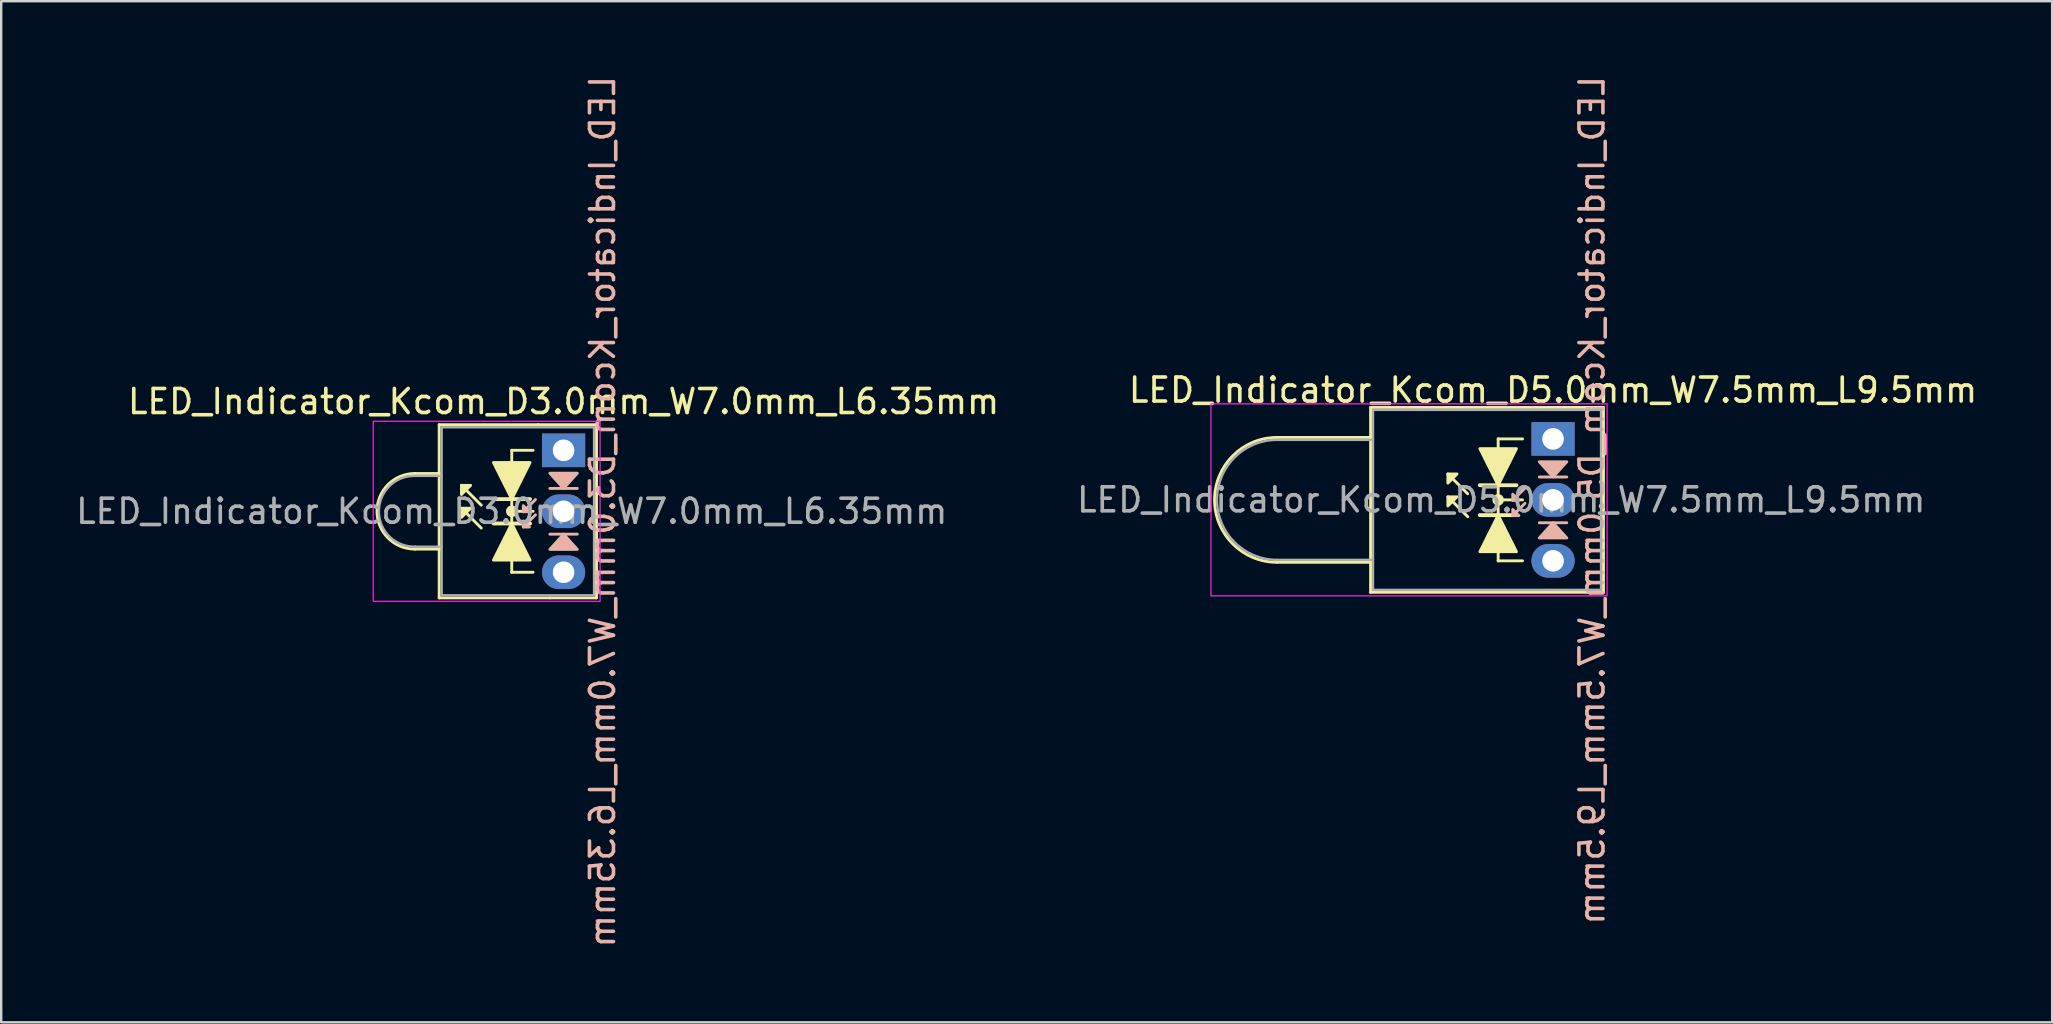
<source format=kicad_pcb>
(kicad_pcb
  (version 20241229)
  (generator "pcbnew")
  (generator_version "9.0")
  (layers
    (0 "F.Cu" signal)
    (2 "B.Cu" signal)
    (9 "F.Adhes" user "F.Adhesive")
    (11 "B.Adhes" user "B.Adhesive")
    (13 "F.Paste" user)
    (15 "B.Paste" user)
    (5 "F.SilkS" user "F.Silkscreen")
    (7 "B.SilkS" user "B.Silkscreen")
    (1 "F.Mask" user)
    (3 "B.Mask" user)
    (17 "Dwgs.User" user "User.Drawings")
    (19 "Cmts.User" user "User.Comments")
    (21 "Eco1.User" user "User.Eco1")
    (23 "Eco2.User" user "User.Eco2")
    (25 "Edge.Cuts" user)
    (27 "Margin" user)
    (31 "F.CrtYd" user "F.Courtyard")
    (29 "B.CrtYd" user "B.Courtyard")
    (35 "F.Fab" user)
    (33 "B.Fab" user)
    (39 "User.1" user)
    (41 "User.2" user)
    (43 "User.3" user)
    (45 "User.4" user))
  (footprint "LED_Indicator_Kcom_D3.0mm_W7.0mm_L6.35mm"
    (layer "F.Cu")
    (at 20.427 15.709)
    (property "Reference" "LED_Indicator_Kcom_D3.0mm_W7.0mm_L6.35mm" (at 0 -2.032 0) (layer "F.SilkS") (effects (font (size 1 1) (thickness 0.15))))
    (fp_line (start -5.182 -1.067) (end -5.182 0.965) (stroke (width 0.12) (type default)) (layer "F.SilkS"))
    (fp_line (start -5.182 -1.067) (end -1.067 -1.067) (stroke (width 0.12) (type default)) (layer "F.SilkS"))
    (fp_line (start -5.182 0.965) (end -6.198 0.965) (stroke (width 0.12) (type default)) (layer "F.SilkS"))
    (fp_line (start -5.182 4.115) (end -6.198 4.115) (stroke (width 0.12) (type default)) (layer "F.SilkS"))
    (fp_line (start -5.182 4.115) (end -5.182 0.965) (stroke (width 0.12) (type default)) (layer "F.SilkS"))
    (fp_line (start -5.182 6.147) (end -5.182 4.115) (stroke (width 0.12) (type default)) (layer "F.SilkS"))
    (fp_line (start -3.429 2.286) (end -4.255 1.46) (stroke (width 0.12) (type solid)) (layer "F.SilkS"))
    (fp_line (start -3.429 3.239) (end -4.255 2.413) (stroke (width 0.12) (type solid)) (layer "F.SilkS"))
    (fp_line (start -2.159 0) (end -2.159 0.508) (stroke (width 0.12) (type default)) (layer "F.SilkS"))
    (fp_line (start -2.159 2.032) (end -2.921 2.032) (stroke (width 0.16) (type default)) (layer "F.SilkS"))
    (fp_line (start -2.159 2.032) (end -2.159 2.54) (stroke (width 0.12) (type default)) (layer "F.SilkS"))
    (fp_line (start -2.159 2.032) (end -1.397 2.032) (stroke (width 0.16) (type default)) (layer "F.SilkS"))
    (fp_line (start -2.159 2.54) (end -1.27 2.54) (stroke (width 0.12) (type default)) (layer "F.SilkS"))
    (fp_line (start -2.159 3.048) (end -2.921 3.048) (stroke (width 0.16) (type default)) (layer "F.SilkS"))
    (fp_line (start -2.159 3.048) (end -2.159 2.54) (stroke (width 0.12) (type default)) (layer "F.SilkS"))
    (fp_line (start -2.159 3.048) (end -1.397 3.048) (stroke (width 0.16) (type default)) (layer "F.SilkS"))
    (fp_line (start -2.159 5.08) (end -2.159 4.572) (stroke (width 0.12) (type default)) (layer "F.SilkS"))
    (fp_line (start -2.159 5.08) (end -1.27 5.08) (stroke (width 0.12) (type default)) (layer "F.SilkS"))
    (fp_line (start -1.27 0) (end -2.159 0) (stroke (width 0.12) (type default)) (layer "F.SilkS"))
    (fp_line (start -1.067 -1.067) (end 1.372 -1.067) (stroke (width 0.12) (type default)) (layer "F.SilkS"))
    (fp_line (start -0.559 6.147) (end -5.182 6.147) (stroke (width 0.12) (type default)) (layer "F.SilkS"))
    (fp_line (start 1.372 -1.067) (end 1.372 6.147) (stroke (width 0.12) (type default)) (layer "F.SilkS"))
    (fp_line (start 1.372 6.147) (end -0.559 6.147) (stroke (width 0.12) (type default)) (layer "F.SilkS"))
    (fp_arc (start -6.1976 4.1148) (mid -7.7724 2.54) (end -6.1976 0.9652) (stroke (width 0.12) (type default)) (layer "F.SilkS"))
    (fp_circle (center -2.159 2.54) (end -2.032 2.413) (stroke (width 0.12) (type default)) (fill yes) (layer "F.SilkS"))
    (fp_poly (pts (xy -3.873 1.46) (xy -4.255 1.841) (xy -4.255 1.46)) (stroke (width 0.12) (type solid)) (fill yes) (layer "F.SilkS"))
    (fp_poly (pts (xy -3.873 2.413) (xy -4.255 2.794) (xy -4.255 2.413)) (stroke (width 0.12) (type solid)) (fill yes) (layer "F.SilkS"))
    (fp_poly (pts (xy -2.159 2.032) (xy -2.921 0.508) (xy -1.397 0.508)) (stroke (width 0.12) (type solid)) (fill yes) (layer "F.SilkS"))
    (fp_poly (pts (xy -2.159 3.048) (xy -1.397 4.572) (xy -2.921 4.572)) (stroke (width 0.12) (type solid)) (fill yes) (layer "F.SilkS"))
    (fp_line (start -1.679 2.559) (end -1.171 2.051) (stroke (width 0.12) (type solid)) (layer "B.SilkS"))
    (fp_line (start -1.679 3.194) (end -1.171 2.686) (stroke (width 0.12) (type solid)) (layer "B.SilkS"))
    (fp_line (start -0.572 1.587) (end 0.572 1.587) (stroke (width 0.12) (type solid)) (layer "B.SilkS"))
    (fp_line (start 0.572 3.493) (end -0.572 3.493) (stroke (width 0.12) (type solid)) (layer "B.SilkS"))
    (fp_poly (pts (xy -1.425 2.559) (xy -1.679 2.305) (xy -1.679 2.559)) (stroke (width 0.12) (type solid)) (fill yes) (layer "B.SilkS"))
    (fp_poly (pts (xy -1.425 3.194) (xy -1.679 2.94) (xy -1.679 3.194)) (stroke (width 0.12) (type solid)) (fill yes) (layer "B.SilkS"))
    (fp_poly (pts (xy -0.572 0.953) (xy 0 1.587) (xy 0.572 0.953)) (stroke (width 0.12) (type solid)) (fill yes) (layer "B.SilkS"))
    (fp_poly (pts (xy -0.572 4.128) (xy 0 3.493) (xy 0.572 4.128)) (stroke (width 0.12) (type solid)) (fill yes) (layer "B.SilkS"))
    (fp_rect (start -7.93 -1.21) (end 1.52 6.29) (stroke (width 0.05) (type default)) (fill no) (layer "F.CrtYd"))
    (fp_line (start -5.08 1.065) (end -6.18 1.065) (stroke (width 0.1) (type default)) (layer "F.Fab"))
    (fp_line (start -5.08 4.015) (end -6.18 4.015) (stroke (width 0.1) (type default)) (layer "F.Fab"))
    (fp_rect (start -5.08 -0.96) (end 1.27 6.04) (stroke (width 0.1) (type default)) (fill no) (layer "F.Fab"))
    (fp_arc (start -6.18 4.015) (mid -7.695305 2.54) (end -6.18 1.065) (stroke (width 0.1) (type default)) (layer "F.Fab"))
    (fp_text user "${REFERENCE}" (at 1.623 2.559 270) (layer "B.SilkS") (effects (font (size 1 1) (thickness 0.15)) (justify mirror)))
    (fp_text user "${REFERENCE}" (at -2.159 2.54 0) (layer "F.Fab") (effects (font (size 1 1) (thickness 0.15))))
    (pad "1" thru_hole rect (at 0 0) (size 1.8 1.4) (drill 0.9) (layers "*.Cu" "*.Mask"))
    (pad "2" thru_hole oval (at 0 2.54) (size 1.8 1.4) (drill 0.9) (layers "*.Cu" "*.Mask"))
    (pad "3" thru_hole oval (at 0 5.08) (size 1.8 1.4) (drill 0.9) (layers "*.Cu" "*.Mask")))
  (footprint "LED_Indicator_Kcom_D5.0mm_W7.5mm_L9.5mm"
    (layer "F.Cu")
    (at 61.645 15.233)
    (property "Reference" "LED_Indicator_Kcom_D5.0mm_W7.5mm_L9.5mm" (at 0 -2.032 0) (layer "F.SilkS") (effects (font (size 1 1) (thickness 0.15))))
    (fp_line (start -11.5 -0.06) (end -7.6 -0.06) (stroke (width 0.12) (type default)) (layer "F.SilkS"))
    (fp_line (start -7.6 -1.31) (end 2.1 -1.31) (stroke (width 0.12) (type default)) (layer "F.SilkS"))
    (fp_line (start -7.6 -0.06) (end -7.6 -1.31) (stroke (width 0.12) (type default)) (layer "F.SilkS"))
    (fp_line (start -7.6 5.14) (end -11.5 5.14) (stroke (width 0.12) (type default)) (layer "F.SilkS"))
    (fp_line (start -7.6 5.14) (end -7.6 -0.06) (stroke (width 0.12) (type default)) (layer "F.SilkS"))
    (fp_line (start -7.6 6.39) (end -7.6 5.14) (stroke (width 0.12) (type default)) (layer "F.SilkS"))
    (fp_line (start -3.556 2.286) (end -4.381 1.46) (stroke (width 0.12) (type solid)) (layer "F.SilkS"))
    (fp_line (start -3.556 3.239) (end -4.381 2.413) (stroke (width 0.12) (type solid)) (layer "F.SilkS"))
    (fp_line (start -3.048 3.175) (end -1.524 3.175) (stroke (width 0.16) (type default)) (layer "F.SilkS"))
    (fp_line (start -2.286 0) (end -2.286 5.08) (stroke (width 0.12) (type default)) (layer "F.SilkS"))
    (fp_line (start -2.286 5.08) (end -1.27 5.08) (stroke (width 0.12) (type default)) (layer "F.SilkS"))
    (fp_line (start -1.524 1.93) (end -3.048 1.93) (stroke (width 0.16) (type default)) (layer "F.SilkS"))
    (fp_line (start -1.27 0) (end -2.286 0) (stroke (width 0.12) (type default)) (layer "F.SilkS"))
    (fp_line (start -1.27 2.54) (end -2.286 2.54) (stroke (width 0.12) (type default)) (layer "F.SilkS"))
    (fp_line (start 2.1 -1.31) (end 2.1 6.39) (stroke (width 0.12) (type default)) (layer "F.SilkS"))
    (fp_line (start 2.1 6.39) (end -7.6 6.39) (stroke (width 0.12) (type default)) (layer "F.SilkS"))
    (fp_arc (start -11.5 5.14) (mid -14.1 2.54) (end -11.5 -0.06) (stroke (width 0.12) (type default)) (layer "F.SilkS"))
    (fp_circle (center -2.286 2.54) (end -2.159 2.413) (stroke (width 0.12) (type default)) (fill yes) (layer "F.SilkS"))
    (fp_poly (pts (xy -4 1.46) (xy -4.381 1.841) (xy -4.381 1.46)) (stroke (width 0.12) (type solid)) (fill yes) (layer "F.SilkS"))
    (fp_poly (pts (xy -4 2.413) (xy -4.381 2.794) (xy -4.381 2.413)) (stroke (width 0.12) (type solid)) (fill yes) (layer "F.SilkS"))
    (fp_poly (pts (xy -2.286 1.93) (xy -3.048 0.406) (xy -1.524 0.406)) (stroke (width 0.12) (type solid)) (fill yes) (layer "F.SilkS"))
    (fp_poly (pts (xy -2.286 3.175) (xy -1.524 4.699) (xy -3.048 4.699)) (stroke (width 0.12) (type solid)) (fill yes) (layer "F.SilkS"))
    (fp_line (start -1.679 2.559) (end -1.171 2.051) (stroke (width 0.12) (type solid)) (layer "B.SilkS"))
    (fp_line (start -1.679 3.194) (end -1.171 2.686) (stroke (width 0.12) (type solid)) (layer "B.SilkS"))
    (fp_line (start -0.572 1.587) (end 0.572 1.587) (stroke (width 0.12) (type solid)) (layer "B.SilkS"))
    (fp_line (start 0.572 3.493) (end -0.572 3.493) (stroke (width 0.12) (type solid)) (layer "B.SilkS"))
    (fp_poly (pts (xy -1.425 2.559) (xy -1.679 2.305) (xy -1.679 2.559)) (stroke (width 0.12) (type solid)) (fill yes) (layer "B.SilkS"))
    (fp_poly (pts (xy -1.425 3.194) (xy -1.679 2.94) (xy -1.679 3.194)) (stroke (width 0.12) (type solid)) (fill yes) (layer "B.SilkS"))
    (fp_poly (pts (xy -0.572 0.953) (xy 0 1.587) (xy 0.572 0.953)) (stroke (width 0.12) (type solid)) (fill yes) (layer "B.SilkS"))
    (fp_poly (pts (xy -0.572 4.128) (xy 0 3.493) (xy 0.572 4.128)) (stroke (width 0.12) (type solid)) (fill yes) (layer "B.SilkS"))
    (fp_rect (start -14.25 -1.46) (end 2.25 6.54) (stroke (width 0.05) (type default)) (fill no) (layer "F.CrtYd"))
    (fp_line (start -11.5 0.04) (end -7.5 0.04) (stroke (width 0.1) (type default)) (layer "F.Fab"))
    (fp_line (start -11.5 5.04) (end -7.5 5.04) (stroke (width 0.1) (type default)) (layer "F.Fab"))
    (fp_rect (start -7.5 -1.21) (end 2 6.29) (stroke (width 0.1) (type default)) (fill no) (layer "F.Fab"))
    (fp_arc (start -11.5 5.04) (mid -14 2.54) (end -11.5 0.04) (stroke (width 0.1) (type default)) (layer "F.Fab"))
    (fp_text user "${REFERENCE}" (at 1.623 2.559 270) (layer "B.SilkS") (effects (font (size 1 1) (thickness 0.15)) (justify mirror)))
    (fp_text user "${REFERENCE}" (at -2.159 2.54 0) (layer "F.Fab") (effects (font (size 1 1) (thickness 0.15))))
    (pad "1" thru_hole rect (at 0 0) (size 1.8 1.4) (drill 0.9) (layers "*.Cu" "*.Mask"))
    (pad "2" thru_hole oval (at 0 2.54) (size 1.8 1.4) (drill 0.9) (layers "*.Cu" "*.Mask"))
    (pad "3" thru_hole oval (at 0 5.08) (size 1.8 1.4) (drill 0.9) (layers "*.Cu" "*.Mask")))
  (gr_rect
    (start -3 -3)
    (end 82.437 39.536)
    (stroke (width 0.1) (type default))
    (fill no)
    (layer "Edge.Cuts")))
</source>
